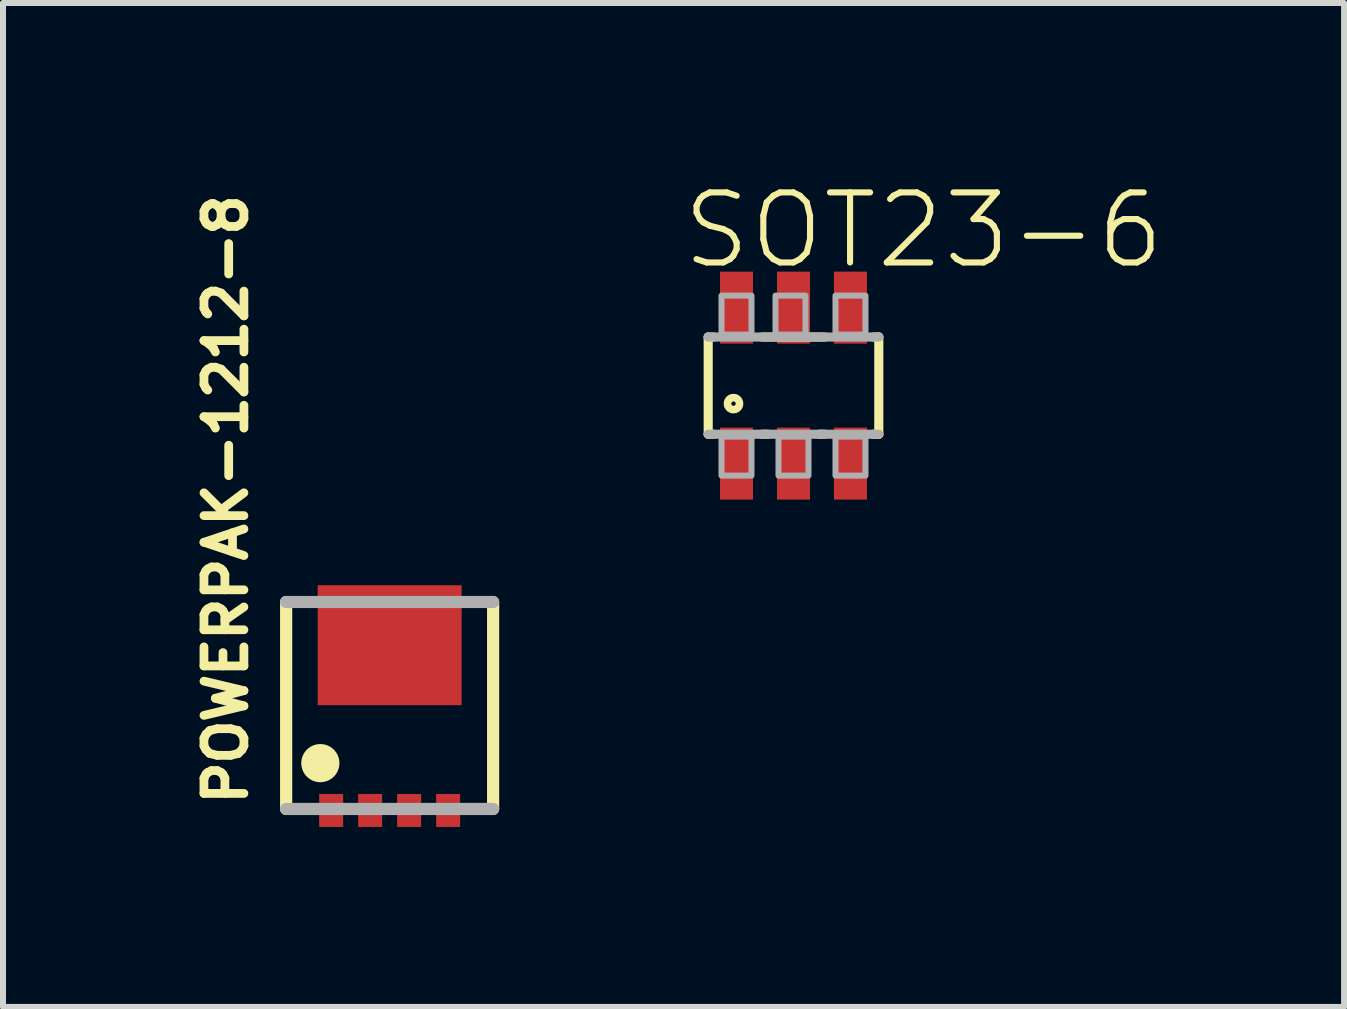
<source format=kicad_pcb>
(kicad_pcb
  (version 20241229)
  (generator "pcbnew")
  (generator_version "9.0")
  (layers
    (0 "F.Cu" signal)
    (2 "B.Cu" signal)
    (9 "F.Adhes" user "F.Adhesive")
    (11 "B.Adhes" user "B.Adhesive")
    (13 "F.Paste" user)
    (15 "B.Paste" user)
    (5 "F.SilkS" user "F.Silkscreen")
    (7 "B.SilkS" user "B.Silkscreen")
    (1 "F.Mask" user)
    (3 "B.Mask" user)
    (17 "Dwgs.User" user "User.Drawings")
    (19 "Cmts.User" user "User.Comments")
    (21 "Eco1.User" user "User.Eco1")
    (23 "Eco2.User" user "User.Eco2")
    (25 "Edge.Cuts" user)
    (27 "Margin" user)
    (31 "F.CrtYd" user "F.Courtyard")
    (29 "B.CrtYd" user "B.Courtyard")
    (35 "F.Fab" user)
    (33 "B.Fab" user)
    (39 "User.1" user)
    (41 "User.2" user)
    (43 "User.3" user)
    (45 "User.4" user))
  (footprint "SOT23-6"
    (layer "F.Cu")
    (at 10.177 3.378)
    (property "Reference" "SOT23-6" (at -1.905 -1.905 0) (unlocked yes) (layer "F.SilkS") (effects (font (size 1.168 1.168) (thickness 0.102)) (justify left bottom)))
    (fp_line (start -1.422 -0.81) (end -1.328 -0.81) (stroke (width 0.152) (type solid)) (layer "F.SilkS"))
    (fp_line (start -1.422 0.81) (end -1.422 -0.81) (stroke (width 0.152) (type solid)) (layer "F.SilkS"))
    (fp_line (start -1.328 0.81) (end -1.422 0.81) (stroke (width 0.152) (type solid)) (layer "F.SilkS"))
    (fp_line (start -0.522 -0.81) (end 0.522 -0.81) (stroke (width 0.152) (type solid)) (layer "F.SilkS"))
    (fp_line (start -0.428 0.81) (end -0.522 0.81) (stroke (width 0.152) (type solid)) (layer "F.SilkS"))
    (fp_line (start 0.522 0.81) (end 0.428 0.81) (stroke (width 0.152) (type solid)) (layer "F.SilkS"))
    (fp_line (start 1.328 -0.81) (end 1.422 -0.81) (stroke (width 0.152) (type solid)) (layer "F.SilkS"))
    (fp_line (start 1.422 -0.81) (end 1.422 0.81) (stroke (width 0.152) (type solid)) (layer "F.SilkS"))
    (fp_line (start 1.422 0.81) (end 1.328 0.81) (stroke (width 0.152) (type solid)) (layer "F.SilkS"))
    (fp_circle (center -1 0.3) (end -0.9 0.3) (stroke (width 0.127) (type solid)) (fill no) (layer "F.SilkS"))
    (fp_line (start -1.422 -0.81) (end 1.422 -0.81) (stroke (width 0.152) (type solid)) (layer "F.Fab"))
    (fp_line (start 1.422 0.81) (end -1.422 0.81) (stroke (width 0.152) (type solid)) (layer "F.Fab"))
    (fp_poly (pts (xy -1.2 -0.85) (xy -0.7 -0.85) (xy -0.7 -1.5) (xy -1.2 -1.5)) (stroke (width 0.1) (type default)) (fill no) (layer "F.Fab"))
    (fp_poly (pts (xy -1.2 1.5) (xy -0.7 1.5) (xy -0.7 0.85) (xy -1.2 0.85)) (stroke (width 0.1) (type default)) (fill no) (layer "F.Fab"))
    (fp_poly (pts (xy -0.3 -0.85) (xy 0.2 -0.85) (xy 0.2 -1.5) (xy -0.3 -1.5)) (stroke (width 0.1) (type default)) (fill no) (layer "F.Fab"))
    (fp_poly (pts (xy -0.25 1.5) (xy 0.25 1.5) (xy 0.25 0.85) (xy -0.25 0.85)) (stroke (width 0.1) (type default)) (fill no) (layer "F.Fab"))
    (fp_poly (pts (xy 0.7 -0.85) (xy 1.2 -0.85) (xy 1.2 -1.5) (xy 0.7 -1.5)) (stroke (width 0.1) (type default)) (fill no) (layer "F.Fab"))
    (fp_poly (pts (xy 0.7 1.5) (xy 1.2 1.5) (xy 1.2 0.85) (xy 0.7 0.85)) (stroke (width 0.1) (type default)) (fill no) (layer "F.Fab"))
    (pad "1" smd rect (at -0.95 1.3) (size 0.55 1.2) (layers "F.Cu" "F.Mask" "F.Paste"))
    (pad "2" smd rect (at 0 1.3) (size 0.55 1.2) (layers "F.Cu" "F.Mask" "F.Paste"))
    (pad "3" smd rect (at 0.95 1.3) (size 0.55 1.2) (layers "F.Cu" "F.Mask" "F.Paste"))
    (pad "4" smd rect (at 0.95 -1.3) (size 0.55 1.2) (layers "F.Cu" "F.Mask" "F.Paste"))
    (pad "5" smd rect (at 0 -1.3) (size 0.55 1.2) (layers "F.Cu" "F.Mask" "F.Paste"))
    (pad "6" smd rect (at -0.95 -1.3) (size 0.55 1.2) (layers "F.Cu" "F.Mask" "F.Paste")))
  (footprint "POWERPAK-1212-8"
    (layer "F.Cu")
    (at 3.445 8.71)
    (property "Reference" "POWERPAK-1212-8" (at -2.34 1.72 90) (unlocked yes) (layer "F.SilkS") (effects (font (size 0.666 0.666) (thickness 0.146)) (justify left bottom)))
    (fp_line (start -1.725 1.725) (end -1.725 -1.725) (stroke (width 0.203) (type solid)) (layer "F.SilkS"))
    (fp_line (start 1.725 -1.725) (end 1.725 1.725) (stroke (width 0.203) (type solid)) (layer "F.SilkS"))
    (fp_circle (center -1.155 0.961) (end -0.996 0.961) (stroke (width 0.318) (type solid)) (fill yes) (layer "F.SilkS"))
    (fp_line (start 1.725 -1.725) (end -1.725 -1.725) (stroke (width 0.203) (type solid)) (layer "F.Fab"))
    (fp_line (start 1.725 1.725) (end -1.725 1.725) (stroke (width 0.203) (type solid)) (layer "F.Fab"))
    (pad "1" smd rect (at -0.975 1.75 180) (size 0.4 0.55) (layers "F.Cu" "F.Mask" "F.Paste"))
    (pad "2" smd rect (at -0.325 1.75 180) (size 0.4 0.55) (layers "F.Cu" "F.Mask" "F.Paste"))
    (pad "3" smd rect (at 0.325 1.75 180) (size 0.4 0.55) (layers "F.Cu" "F.Mask" "F.Paste"))
    (pad "4" smd rect (at 0.975 1.75 180) (size 0.4 0.55) (layers "F.Cu" "F.Mask" "F.Paste"))
    (pad "5-8" smd rect (at 0 -1.005) (size 2.4 2) (layers "F.Cu" "F.Mask" "F.Paste")))
  (gr_rect
    (start -3 -3)
    (end 19.355 13.735)
    (stroke (width 0.1) (type default))
    (fill no)
    (layer "Edge.Cuts")))
</source>
